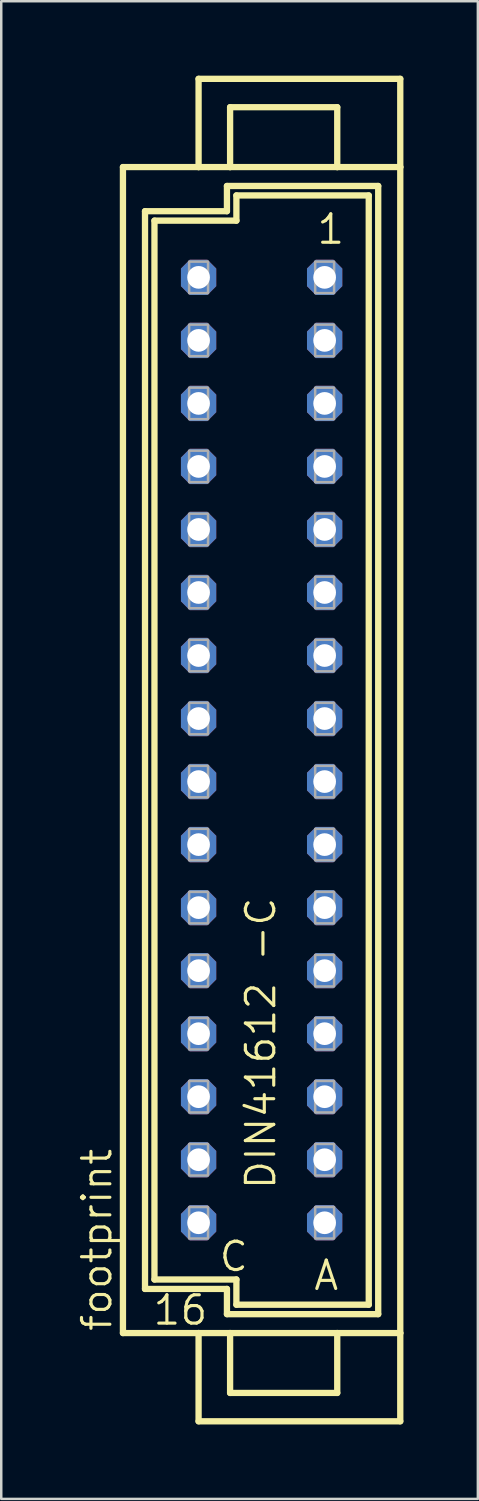
<source format=kicad_pcb>
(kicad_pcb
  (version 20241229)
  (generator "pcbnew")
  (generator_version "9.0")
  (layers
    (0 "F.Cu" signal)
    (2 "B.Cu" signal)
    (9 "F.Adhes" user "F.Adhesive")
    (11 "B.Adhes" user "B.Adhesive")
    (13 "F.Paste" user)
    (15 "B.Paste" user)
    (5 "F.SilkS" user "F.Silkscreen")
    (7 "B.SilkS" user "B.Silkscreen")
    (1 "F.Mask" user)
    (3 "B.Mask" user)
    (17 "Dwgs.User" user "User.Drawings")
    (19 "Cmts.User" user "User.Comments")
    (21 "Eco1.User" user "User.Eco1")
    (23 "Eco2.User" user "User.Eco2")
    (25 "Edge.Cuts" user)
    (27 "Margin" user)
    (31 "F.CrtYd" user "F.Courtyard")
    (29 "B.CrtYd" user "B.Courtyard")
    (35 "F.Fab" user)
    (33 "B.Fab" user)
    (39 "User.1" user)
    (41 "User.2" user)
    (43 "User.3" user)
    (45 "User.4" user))
  (footprint "footprint"
    (layer "F.Cu")
    (at 7.493 27.178)
    (property "Reference" "footprint" (at -5.969 23.495 90) (layer "F.SilkS") (effects (font (size 1.143 1.143) (thickness 0.127)) (justify left bottom)))
    (fp_line (start -5.588 -23.495) (end -2.54 -23.495) (stroke (width 0.254) (type solid)) (layer "F.SilkS"))
    (fp_line (start -5.588 23.495) (end -5.588 -23.495) (stroke (width 0.254) (type solid)) (layer "F.SilkS"))
    (fp_line (start -5.588 23.495) (end -2.54 23.495) (stroke (width 0.254) (type solid)) (layer "F.SilkS"))
    (fp_line (start -4.699 -21.717) (end -4.699 21.717) (stroke (width 0.254) (type solid)) (layer "F.SilkS"))
    (fp_line (start -4.699 21.717) (end -1.397 21.717) (stroke (width 0.254) (type solid)) (layer "F.SilkS"))
    (fp_line (start -4.318 -21.336) (end -4.318 21.336) (stroke (width 0.254) (type solid)) (layer "F.SilkS"))
    (fp_line (start -4.318 -21.336) (end -1.016 -21.336) (stroke (width 0.254) (type solid)) (layer "F.SilkS"))
    (fp_line (start -4.318 21.336) (end -1.016 21.336) (stroke (width 0.254) (type solid)) (layer "F.SilkS"))
    (fp_line (start -2.54 -27.051) (end -2.54 -23.495) (stroke (width 0.254) (type solid)) (layer "F.SilkS"))
    (fp_line (start -2.54 -23.495) (end -1.27 -23.495) (stroke (width 0.254) (type solid)) (layer "F.SilkS"))
    (fp_line (start -2.54 23.495) (end -2.54 27.051) (stroke (width 0.254) (type solid)) (layer "F.SilkS"))
    (fp_line (start -2.54 23.495) (end -1.27 23.495) (stroke (width 0.254) (type solid)) (layer "F.SilkS"))
    (fp_line (start -2.54 27.051) (end 5.588 27.051) (stroke (width 0.254) (type solid)) (layer "F.SilkS"))
    (fp_line (start -1.397 -22.733) (end -1.397 -21.717) (stroke (width 0.254) (type solid)) (layer "F.SilkS"))
    (fp_line (start -1.397 -21.717) (end -4.699 -21.717) (stroke (width 0.254) (type solid)) (layer "F.SilkS"))
    (fp_line (start -1.397 21.717) (end -1.397 22.733) (stroke (width 0.254) (type solid)) (layer "F.SilkS"))
    (fp_line (start -1.397 22.733) (end 4.699 22.733) (stroke (width 0.254) (type solid)) (layer "F.SilkS"))
    (fp_line (start -1.27 -25.908) (end -1.27 -23.495) (stroke (width 0.254) (type solid)) (layer "F.SilkS"))
    (fp_line (start -1.27 -25.908) (end 3.048 -25.908) (stroke (width 0.254) (type solid)) (layer "F.SilkS"))
    (fp_line (start -1.27 -23.495) (end 3.048 -23.495) (stroke (width 0.254) (type solid)) (layer "F.SilkS"))
    (fp_line (start -1.27 23.495) (end -1.27 25.908) (stroke (width 0.254) (type solid)) (layer "F.SilkS"))
    (fp_line (start -1.27 23.495) (end 3.048 23.495) (stroke (width 0.254) (type solid)) (layer "F.SilkS"))
    (fp_line (start -1.27 25.908) (end 3.048 25.908) (stroke (width 0.254) (type solid)) (layer "F.SilkS"))
    (fp_line (start -1.016 -22.352) (end 4.318 -22.352) (stroke (width 0.254) (type solid)) (layer "F.SilkS"))
    (fp_line (start -1.016 -21.336) (end -1.016 -22.352) (stroke (width 0.254) (type solid)) (layer "F.SilkS"))
    (fp_line (start -1.016 21.336) (end -1.016 22.352) (stroke (width 0.254) (type solid)) (layer "F.SilkS"))
    (fp_line (start -1.016 22.352) (end 4.318 22.352) (stroke (width 0.254) (type solid)) (layer "F.SilkS"))
    (fp_line (start 3.048 -25.908) (end 3.048 -23.495) (stroke (width 0.254) (type solid)) (layer "F.SilkS"))
    (fp_line (start 3.048 -23.495) (end 5.588 -23.495) (stroke (width 0.254) (type solid)) (layer "F.SilkS"))
    (fp_line (start 3.048 23.495) (end 3.048 25.908) (stroke (width 0.254) (type solid)) (layer "F.SilkS"))
    (fp_line (start 3.048 23.495) (end 5.588 23.495) (stroke (width 0.254) (type solid)) (layer "F.SilkS"))
    (fp_line (start 4.318 -22.352) (end 4.318 22.352) (stroke (width 0.254) (type solid)) (layer "F.SilkS"))
    (fp_line (start 4.699 -22.733) (end -1.397 -22.733) (stroke (width 0.254) (type solid)) (layer "F.SilkS"))
    (fp_line (start 4.699 22.733) (end 4.699 -22.733) (stroke (width 0.254) (type solid)) (layer "F.SilkS"))
    (fp_line (start 5.588 -27.051) (end -2.54 -27.051) (stroke (width 0.254) (type solid)) (layer "F.SilkS"))
    (fp_line (start 5.588 -23.495) (end 5.588 -27.051) (stroke (width 0.254) (type solid)) (layer "F.SilkS"))
    (fp_line (start 5.588 23.495) (end 5.588 -23.495) (stroke (width 0.254) (type solid)) (layer "F.SilkS"))
    (fp_line (start 5.588 27.051) (end 5.588 23.495) (stroke (width 0.254) (type solid)) (layer "F.SilkS"))
    (fp_poly (pts (xy -2.921 -18.415) (xy -2.159 -18.415) (xy -2.159 -19.685) (xy -2.921 -19.685)) (stroke (width 0.1) (type solid)) (fill no) (layer "F.Fab"))
    (fp_poly (pts (xy -2.921 -15.875) (xy -2.159 -15.875) (xy -2.159 -17.145) (xy -2.921 -17.145)) (stroke (width 0.1) (type solid)) (fill no) (layer "F.Fab"))
    (fp_poly (pts (xy -2.921 -13.335) (xy -2.159 -13.335) (xy -2.159 -14.605) (xy -2.921 -14.605)) (stroke (width 0.1) (type solid)) (fill no) (layer "F.Fab"))
    (fp_poly (pts (xy -2.921 -10.795) (xy -2.159 -10.795) (xy -2.159 -12.065) (xy -2.921 -12.065)) (stroke (width 0.1) (type solid)) (fill no) (layer "F.Fab"))
    (fp_poly (pts (xy -2.921 -8.255) (xy -2.159 -8.255) (xy -2.159 -9.525) (xy -2.921 -9.525)) (stroke (width 0.1) (type solid)) (fill no) (layer "F.Fab"))
    (fp_poly (pts (xy -2.921 -5.715) (xy -2.159 -5.715) (xy -2.159 -6.985) (xy -2.921 -6.985)) (stroke (width 0.1) (type solid)) (fill no) (layer "F.Fab"))
    (fp_poly (pts (xy -2.921 -3.175) (xy -2.159 -3.175) (xy -2.159 -4.445) (xy -2.921 -4.445)) (stroke (width 0.1) (type solid)) (fill no) (layer "F.Fab"))
    (fp_poly (pts (xy -2.921 -0.635) (xy -2.159 -0.635) (xy -2.159 -1.905) (xy -2.921 -1.905)) (stroke (width 0.1) (type solid)) (fill no) (layer "F.Fab"))
    (fp_poly (pts (xy -2.921 1.905) (xy -2.159 1.905) (xy -2.159 0.635) (xy -2.921 0.635)) (stroke (width 0.1) (type solid)) (fill no) (layer "F.Fab"))
    (fp_poly (pts (xy -2.921 4.445) (xy -2.159 4.445) (xy -2.159 3.175) (xy -2.921 3.175)) (stroke (width 0.1) (type solid)) (fill no) (layer "F.Fab"))
    (fp_poly (pts (xy -2.921 6.985) (xy -2.159 6.985) (xy -2.159 5.715) (xy -2.921 5.715)) (stroke (width 0.1) (type solid)) (fill no) (layer "F.Fab"))
    (fp_poly (pts (xy -2.921 9.525) (xy -2.159 9.525) (xy -2.159 8.255) (xy -2.921 8.255)) (stroke (width 0.1) (type solid)) (fill no) (layer "F.Fab"))
    (fp_poly (pts (xy -2.921 12.065) (xy -2.159 12.065) (xy -2.159 10.795) (xy -2.921 10.795)) (stroke (width 0.1) (type solid)) (fill no) (layer "F.Fab"))
    (fp_poly (pts (xy -2.921 14.605) (xy -2.159 14.605) (xy -2.159 13.335) (xy -2.921 13.335)) (stroke (width 0.1) (type solid)) (fill no) (layer "F.Fab"))
    (fp_poly (pts (xy -2.921 17.145) (xy -2.159 17.145) (xy -2.159 15.875) (xy -2.921 15.875)) (stroke (width 0.1) (type solid)) (fill no) (layer "F.Fab"))
    (fp_poly (pts (xy -2.921 19.685) (xy -2.159 19.685) (xy -2.159 18.415) (xy -2.921 18.415)) (stroke (width 0.1) (type solid)) (fill no) (layer "F.Fab"))
    (fp_poly (pts (xy 2.159 -18.415) (xy 2.921 -18.415) (xy 2.921 -19.685) (xy 2.159 -19.685)) (stroke (width 0.1) (type solid)) (fill no) (layer "F.Fab"))
    (fp_poly (pts (xy 2.159 -15.875) (xy 2.921 -15.875) (xy 2.921 -17.145) (xy 2.159 -17.145)) (stroke (width 0.1) (type solid)) (fill no) (layer "F.Fab"))
    (fp_poly (pts (xy 2.159 -13.335) (xy 2.921 -13.335) (xy 2.921 -14.605) (xy 2.159 -14.605)) (stroke (width 0.1) (type solid)) (fill no) (layer "F.Fab"))
    (fp_poly (pts (xy 2.159 -10.795) (xy 2.921 -10.795) (xy 2.921 -12.065) (xy 2.159 -12.065)) (stroke (width 0.1) (type solid)) (fill no) (layer "F.Fab"))
    (fp_poly (pts (xy 2.159 -8.255) (xy 2.921 -8.255) (xy 2.921 -9.525) (xy 2.159 -9.525)) (stroke (width 0.1) (type solid)) (fill no) (layer "F.Fab"))
    (fp_poly (pts (xy 2.159 -5.715) (xy 2.921 -5.715) (xy 2.921 -6.985) (xy 2.159 -6.985)) (stroke (width 0.1) (type solid)) (fill no) (layer "F.Fab"))
    (fp_poly (pts (xy 2.159 -3.175) (xy 2.921 -3.175) (xy 2.921 -4.445) (xy 2.159 -4.445)) (stroke (width 0.1) (type solid)) (fill no) (layer "F.Fab"))
    (fp_poly (pts (xy 2.159 -0.635) (xy 2.921 -0.635) (xy 2.921 -1.905) (xy 2.159 -1.905)) (stroke (width 0.1) (type solid)) (fill no) (layer "F.Fab"))
    (fp_poly (pts (xy 2.159 1.905) (xy 2.921 1.905) (xy 2.921 0.635) (xy 2.159 0.635)) (stroke (width 0.1) (type solid)) (fill no) (layer "F.Fab"))
    (fp_poly (pts (xy 2.159 4.445) (xy 2.921 4.445) (xy 2.921 3.175) (xy 2.159 3.175)) (stroke (width 0.1) (type solid)) (fill no) (layer "F.Fab"))
    (fp_poly (pts (xy 2.159 6.985) (xy 2.921 6.985) (xy 2.921 5.715) (xy 2.159 5.715)) (stroke (width 0.1) (type solid)) (fill no) (layer "F.Fab"))
    (fp_poly (pts (xy 2.159 9.525) (xy 2.921 9.525) (xy 2.921 8.255) (xy 2.159 8.255)) (stroke (width 0.1) (type solid)) (fill no) (layer "F.Fab"))
    (fp_poly (pts (xy 2.159 12.065) (xy 2.921 12.065) (xy 2.921 10.795) (xy 2.159 10.795)) (stroke (width 0.1) (type solid)) (fill no) (layer "F.Fab"))
    (fp_poly (pts (xy 2.159 14.605) (xy 2.921 14.605) (xy 2.921 13.335) (xy 2.159 13.335)) (stroke (width 0.1) (type solid)) (fill no) (layer "F.Fab"))
    (fp_poly (pts (xy 2.159 17.145) (xy 2.921 17.145) (xy 2.921 15.875) (xy 2.159 15.875)) (stroke (width 0.1) (type solid)) (fill no) (layer "F.Fab"))
    (fp_poly (pts (xy 2.159 19.685) (xy 2.921 19.685) (xy 2.921 18.415) (xy 2.159 18.415)) (stroke (width 0.1) (type solid)) (fill no) (layer "F.Fab"))
    (fp_text user "1" (at 2.159 -20.32 0) (layer "F.SilkS") (effects (font (size 1.143 1.143) (thickness 0.127)) (justify left bottom)))
    (fp_text user "A" (at 2.032 21.844 0) (layer "F.SilkS") (effects (font (size 1.143 1.143) (thickness 0.127)) (justify left bottom)))
    (fp_text user "16" (at -4.445 23.241 0) (layer "F.SilkS") (effects (font (size 1.143 1.143) (thickness 0.127)) (justify left bottom)))
    (fp_text user "DIN41612 -C" (at 0.635 17.78 90) (layer "F.SilkS") (effects (font (size 1.143 1.143) (thickness 0.127)) (justify left bottom)))
    (fp_text user "C" (at -1.778 21.082 0) (layer "F.SilkS") (effects (font (size 1.143 1.143) (thickness 0.127)) (justify left bottom)))
    (pad "A1" thru_hole roundrect (at 2.54 -19.05) (size 1.422 1.422) (drill 0.914) (layers "*.Cu" "*.Mask") (roundrect_rratio 0.25) (chamfer_ratio 0.25) (chamfer top_left top_right bottom_left bottom_right))
    (pad "A2" thru_hole roundrect (at 2.54 -16.51) (size 1.422 1.422) (drill 0.914) (layers "*.Cu" "*.Mask") (roundrect_rratio 0.25) (chamfer_ratio 0.25) (chamfer top_left top_right bottom_left bottom_right))
    (pad "A3" thru_hole roundrect (at 2.54 -13.97) (size 1.422 1.422) (drill 0.914) (layers "*.Cu" "*.Mask") (roundrect_rratio 0.25) (chamfer_ratio 0.25) (chamfer top_left top_right bottom_left bottom_right))
    (pad "A4" thru_hole roundrect (at 2.54 -11.43) (size 1.422 1.422) (drill 0.914) (layers "*.Cu" "*.Mask") (roundrect_rratio 0.25) (chamfer_ratio 0.25) (chamfer top_left top_right bottom_left bottom_right))
    (pad "A5" thru_hole roundrect (at 2.54 -8.89) (size 1.422 1.422) (drill 0.914) (layers "*.Cu" "*.Mask") (roundrect_rratio 0.25) (chamfer_ratio 0.25) (chamfer top_left top_right bottom_left bottom_right))
    (pad "A6" thru_hole roundrect (at 2.54 -6.35) (size 1.422 1.422) (drill 0.914) (layers "*.Cu" "*.Mask") (roundrect_rratio 0.25) (chamfer_ratio 0.25) (chamfer top_left top_right bottom_left bottom_right))
    (pad "A7" thru_hole roundrect (at 2.54 -3.81) (size 1.422 1.422) (drill 0.914) (layers "*.Cu" "*.Mask") (roundrect_rratio 0.25) (chamfer_ratio 0.25) (chamfer top_left top_right bottom_left bottom_right))
    (pad "A8" thru_hole roundrect (at 2.54 -1.27) (size 1.422 1.422) (drill 0.914) (layers "*.Cu" "*.Mask") (roundrect_rratio 0.25) (chamfer_ratio 0.25) (chamfer top_left top_right bottom_left bottom_right))
    (pad "A9" thru_hole roundrect (at 2.54 1.27) (size 1.422 1.422) (drill 0.914) (layers "*.Cu" "*.Mask") (roundrect_rratio 0.25) (chamfer_ratio 0.25) (chamfer top_left top_right bottom_left bottom_right))
    (pad "A10" thru_hole roundrect (at 2.54 3.81) (size 1.422 1.422) (drill 0.914) (layers "*.Cu" "*.Mask") (roundrect_rratio 0.25) (chamfer_ratio 0.25) (chamfer top_left top_right bottom_left bottom_right))
    (pad "A11" thru_hole roundrect (at 2.54 6.35) (size 1.422 1.422) (drill 0.914) (layers "*.Cu" "*.Mask") (roundrect_rratio 0.25) (chamfer_ratio 0.25) (chamfer top_left top_right bottom_left bottom_right))
    (pad "A12" thru_hole roundrect (at 2.54 8.89) (size 1.422 1.422) (drill 0.914) (layers "*.Cu" "*.Mask") (roundrect_rratio 0.25) (chamfer_ratio 0.25) (chamfer top_left top_right bottom_left bottom_right))
    (pad "A13" thru_hole roundrect (at 2.54 11.43) (size 1.422 1.422) (drill 0.914) (layers "*.Cu" "*.Mask") (roundrect_rratio 0.25) (chamfer_ratio 0.25) (chamfer top_left top_right bottom_left bottom_right))
    (pad "A14" thru_hole roundrect (at 2.54 13.97) (size 1.422 1.422) (drill 0.914) (layers "*.Cu" "*.Mask") (roundrect_rratio 0.25) (chamfer_ratio 0.25) (chamfer top_left top_right bottom_left bottom_right))
    (pad "A15" thru_hole roundrect (at 2.54 16.51) (size 1.422 1.422) (drill 0.914) (layers "*.Cu" "*.Mask") (roundrect_rratio 0.25) (chamfer_ratio 0.25) (chamfer top_left top_right bottom_left bottom_right))
    (pad "A16" thru_hole roundrect (at 2.54 19.05) (size 1.422 1.422) (drill 0.914) (layers "*.Cu" "*.Mask") (roundrect_rratio 0.25) (chamfer_ratio 0.25) (chamfer top_left top_right bottom_left bottom_right))
    (pad "C1" thru_hole roundrect (at -2.54 -19.05) (size 1.422 1.422) (drill 0.914) (layers "*.Cu" "*.Mask") (roundrect_rratio 0.25) (chamfer_ratio 0.25) (chamfer top_left top_right bottom_left bottom_right))
    (pad "C2" thru_hole roundrect (at -2.54 -16.51) (size 1.422 1.422) (drill 0.914) (layers "*.Cu" "*.Mask") (roundrect_rratio 0.25) (chamfer_ratio 0.25) (chamfer top_left top_right bottom_left bottom_right))
    (pad "C3" thru_hole roundrect (at -2.54 -13.97) (size 1.422 1.422) (drill 0.914) (layers "*.Cu" "*.Mask") (roundrect_rratio 0.25) (chamfer_ratio 0.25) (chamfer top_left top_right bottom_left bottom_right))
    (pad "C4" thru_hole roundrect (at -2.54 -11.43) (size 1.422 1.422) (drill 0.914) (layers "*.Cu" "*.Mask") (roundrect_rratio 0.25) (chamfer_ratio 0.25) (chamfer top_left top_right bottom_left bottom_right))
    (pad "C5" thru_hole roundrect (at -2.54 -8.89) (size 1.422 1.422) (drill 0.914) (layers "*.Cu" "*.Mask") (roundrect_rratio 0.25) (chamfer_ratio 0.25) (chamfer top_left top_right bottom_left bottom_right))
    (pad "C6" thru_hole roundrect (at -2.54 -6.35) (size 1.422 1.422) (drill 0.914) (layers "*.Cu" "*.Mask") (roundrect_rratio 0.25) (chamfer_ratio 0.25) (chamfer top_left top_right bottom_left bottom_right))
    (pad "C7" thru_hole roundrect (at -2.54 -3.81) (size 1.422 1.422) (drill 0.914) (layers "*.Cu" "*.Mask") (roundrect_rratio 0.25) (chamfer_ratio 0.25) (chamfer top_left top_right bottom_left bottom_right))
    (pad "C8" thru_hole roundrect (at -2.54 -1.27) (size 1.422 1.422) (drill 0.914) (layers "*.Cu" "*.Mask") (roundrect_rratio 0.25) (chamfer_ratio 0.25) (chamfer top_left top_right bottom_left bottom_right))
    (pad "C9" thru_hole roundrect (at -2.54 1.27) (size 1.422 1.422) (drill 0.914) (layers "*.Cu" "*.Mask") (roundrect_rratio 0.25) (chamfer_ratio 0.25) (chamfer top_left top_right bottom_left bottom_right))
    (pad "C10" thru_hole roundrect (at -2.54 3.81) (size 1.422 1.422) (drill 0.914) (layers "*.Cu" "*.Mask") (roundrect_rratio 0.25) (chamfer_ratio 0.25) (chamfer top_left top_right bottom_left bottom_right))
    (pad "C11" thru_hole roundrect (at -2.54 6.35) (size 1.422 1.422) (drill 0.914) (layers "*.Cu" "*.Mask") (roundrect_rratio 0.25) (chamfer_ratio 0.25) (chamfer top_left top_right bottom_left bottom_right))
    (pad "C12" thru_hole roundrect (at -2.54 8.89) (size 1.422 1.422) (drill 0.914) (layers "*.Cu" "*.Mask") (roundrect_rratio 0.25) (chamfer_ratio 0.25) (chamfer top_left top_right bottom_left bottom_right))
    (pad "C13" thru_hole roundrect (at -2.54 11.43) (size 1.422 1.422) (drill 0.914) (layers "*.Cu" "*.Mask") (roundrect_rratio 0.25) (chamfer_ratio 0.25) (chamfer top_left top_right bottom_left bottom_right))
    (pad "C14" thru_hole roundrect (at -2.54 13.97) (size 1.422 1.422) (drill 0.914) (layers "*.Cu" "*.Mask") (roundrect_rratio 0.25) (chamfer_ratio 0.25) (chamfer top_left top_right bottom_left bottom_right))
    (pad "C15" thru_hole roundrect (at -2.54 16.51) (size 1.422 1.422) (drill 0.914) (layers "*.Cu" "*.Mask") (roundrect_rratio 0.25) (chamfer_ratio 0.25) (chamfer top_left top_right bottom_left bottom_right))
    (pad "C16" thru_hole roundrect (at -2.54 19.05) (size 1.422 1.422) (drill 0.914) (layers "*.Cu" "*.Mask") (roundrect_rratio 0.25) (chamfer_ratio 0.25) (chamfer top_left top_right bottom_left bottom_right)))
  (gr_rect
    (start -3 -3)
    (end 16.208 57.356)
    (stroke (width 0.1) (type default))
    (fill no)
    (layer "Edge.Cuts")))
</source>
